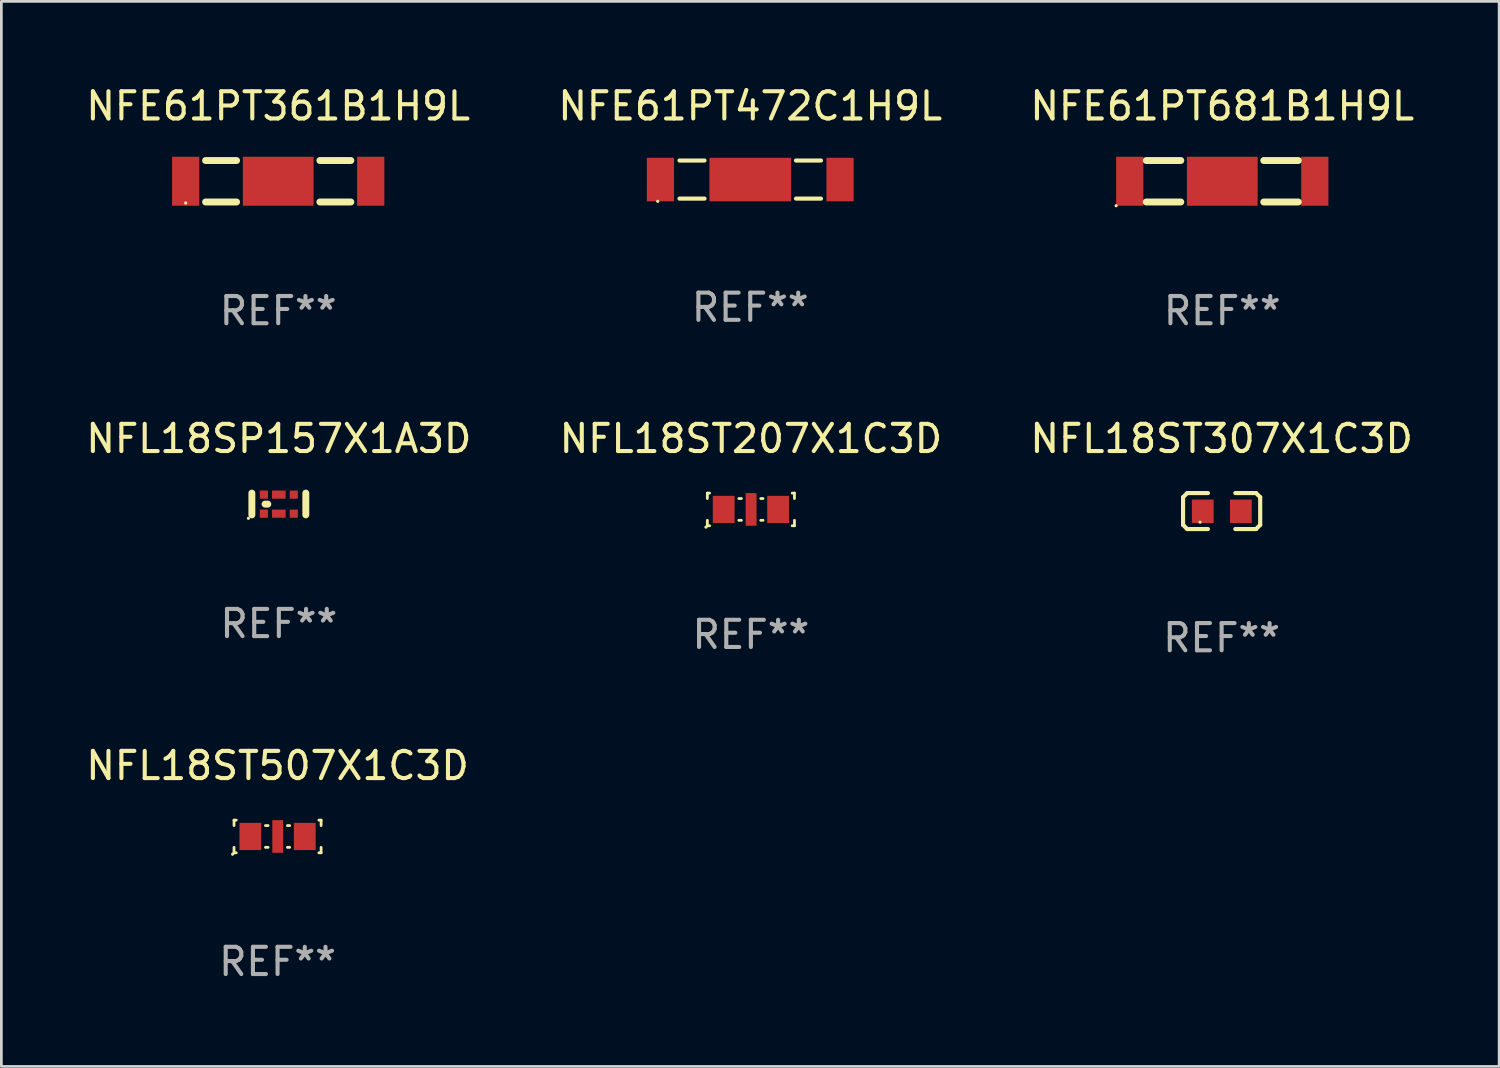
<source format=kicad_pcb>
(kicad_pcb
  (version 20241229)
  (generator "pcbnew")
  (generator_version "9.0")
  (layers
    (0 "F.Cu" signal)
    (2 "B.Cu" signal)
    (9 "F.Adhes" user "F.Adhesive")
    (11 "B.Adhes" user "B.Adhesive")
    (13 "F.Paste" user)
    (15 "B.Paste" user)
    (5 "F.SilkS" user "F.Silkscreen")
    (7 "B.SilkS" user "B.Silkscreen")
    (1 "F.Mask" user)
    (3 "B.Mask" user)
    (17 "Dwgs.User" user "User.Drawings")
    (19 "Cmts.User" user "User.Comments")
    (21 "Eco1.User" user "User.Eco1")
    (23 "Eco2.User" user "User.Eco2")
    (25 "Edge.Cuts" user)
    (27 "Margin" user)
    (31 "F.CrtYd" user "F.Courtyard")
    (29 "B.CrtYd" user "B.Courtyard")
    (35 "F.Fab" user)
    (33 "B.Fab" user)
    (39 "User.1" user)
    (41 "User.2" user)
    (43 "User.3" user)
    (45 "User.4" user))
  (footprint "NFL18SP157X1A3D"
    (layer "F.Cu")
    (at 7.196 15.469)
    (property "Reference" "NFL18SP157X1A3D" (at 0 -2.4 0) (layer "F.SilkS") (effects (font (size 1 1) (thickness 0.15))))
    (attr through_hole)
    (fp_line (start -0.991 -0.4) (end -0.991 0.4) (stroke (width 0.254) (type solid)) (layer "F.SilkS"))
    (fp_line (start -0.507 0.005) (end -0.405 0.005) (stroke (width 0.254) (type solid)) (layer "F.SilkS"))
    (fp_line (start 0.991 -0.4) (end 0.991 0.4) (stroke (width 0.254) (type solid)) (layer "F.SilkS"))
    (fp_circle (center -1.118 0.527) (end -1.088 0.527) (stroke (width 0.06) (type solid)) (fill no) (layer "F.SilkS"))
    (fp_text user "REF**" (at 0 4.4 0) (layer "F.Fab") (effects (font (size 1 1) (thickness 0.15))))
    (pad "1" smd rect (at -0.55 -0.344) (size 0.3 0.3) (layers "F.Cu" "F.Mask" "F.Paste"))
    (pad "1" smd rect (at -0.55 0.356) (size 0.3 0.3) (layers "F.Cu" "F.Mask" "F.Paste"))
    (pad "2" smd rect (at 0.000127 -0.344) (size 0.5 0.3) (layers "F.Cu" "F.Mask" "F.Paste"))
    (pad "2" smd rect (at 0.000127 0.356) (size 0.5 0.3) (layers "F.Cu" "F.Mask" "F.Paste"))
    (pad "3" smd rect (at 0.55 -0.344) (size 0.3 0.3) (layers "F.Cu" "F.Mask" "F.Paste"))
    (pad "3" smd rect (at 0.55 0.356) (size 0.3 0.3) (layers "F.Cu" "F.Mask" "F.Paste")))
  (footprint "NFL18ST507X1C3D"
    (layer "F.Cu")
    (at 7.149 27.686)
    (property "Reference" "NFL18ST507X1C3D" (at 0 -2.6 0) (layer "F.SilkS") (effects (font (size 1 1) (thickness 0.15))))
    (attr through_hole)
    (fp_line (start -1.6 -0.6) (end -1.518 -0.6) (stroke (width 0.102) (type solid)) (layer "F.SilkS"))
    (fp_line (start -1.6 -0.4) (end -1.6 -0.6) (stroke (width 0.102) (type solid)) (layer "F.SilkS"))
    (fp_line (start -1.6 0.4) (end -1.6 0.6) (stroke (width 0.102) (type solid)) (layer "F.SilkS"))
    (fp_line (start -1.6 0.6) (end -1.518 0.6) (stroke (width 0.102) (type solid)) (layer "F.SilkS"))
    (fp_line (start -0.445 -0.4) (end -0.348 -0.4) (stroke (width 0.102) (type solid)) (layer "F.SilkS"))
    (fp_line (start -0.445 0.4) (end -0.348 0.4) (stroke (width 0.102) (type solid)) (layer "F.SilkS"))
    (fp_line (start 0.362 -0.4) (end 0.445 -0.4) (stroke (width 0.102) (type solid)) (layer "F.SilkS"))
    (fp_line (start 0.362 0.4) (end 0.445 0.4) (stroke (width 0.102) (type solid)) (layer "F.SilkS"))
    (fp_line (start 1.518 -0.6) (end 1.6 -0.6) (stroke (width 0.102) (type solid)) (layer "F.SilkS"))
    (fp_line (start 1.6 -0.6) (end 1.6 -0.4) (stroke (width 0.102) (type solid)) (layer "F.SilkS"))
    (fp_line (start 1.6 0.4) (end 1.6 0.6) (stroke (width 0.102) (type solid)) (layer "F.SilkS"))
    (fp_line (start 1.6 0.6) (end 1.518 0.6) (stroke (width 0.102) (type solid)) (layer "F.SilkS"))
    (fp_circle (center -1.651 0.651) (end -1.621 0.651) (stroke (width 0.06) (type solid)) (fill no) (layer "F.SilkS"))
    (fp_text user "REF**" (at 0 4.6 0) (layer "F.Fab") (effects (font (size 1 1) (thickness 0.15))))
    (pad "1" smd rect (at -1 0.000127) (size 0.8 1) (layers "F.Cu" "F.Mask" "F.Paste"))
    (pad "2" smd rect (at 0.007 -0.000127) (size 0.4 1.2) (layers "F.Cu" "F.Mask" "F.Paste"))
    (pad "3" smd rect (at 1 0.000127) (size 0.8 1) (layers "F.Cu" "F.Mask" "F.Paste")))
  (footprint "NFE61PT361B1H9L"
    (layer "F.Cu")
    (at 7.173 3.61)
    (property "Reference" "NFE61PT361B1H9L" (at 0 -2.762 0) (layer "F.SilkS") (effects (font (size 1 1) (thickness 0.15))))
    (attr through_hole)
    (fp_line (start -2.669 -0.762) (end -1.531 -0.762) (stroke (width 0.254) (type solid)) (layer "F.SilkS"))
    (fp_line (start -1.531 0.762) (end -2.669 0.762) (stroke (width 0.254) (type solid)) (layer "F.SilkS"))
    (fp_line (start 1.531 -0.762) (end 2.669 -0.762) (stroke (width 0.254) (type solid)) (layer "F.SilkS"))
    (fp_line (start 1.531 0.762) (end 2.669 0.762) (stroke (width 0.254) (type solid)) (layer "F.SilkS"))
    (fp_circle (center -3.4 0.8) (end -3.37 0.8) (stroke (width 0.06) (type solid)) (fill no) (layer "F.SilkS"))
    (fp_text user "REF**" (at 0 4.762 0) (layer "F.Fab") (effects (font (size 1 1) (thickness 0.15))))
    (pad "1" smd rect (at -3.4 0) (size 1 1.8) (layers "F.Cu" "F.Mask" "F.Paste"))
    (pad "2" smd rect (at 0 0 90) (size 1.8 2.6) (layers "F.Cu" "F.Mask" "F.Paste"))
    (pad "3" smd rect (at 3.4 0) (size 1 1.8) (layers "F.Cu" "F.Mask" "F.Paste")))
  (footprint "NFL18ST307X1C3D"
    (layer "F.Cu")
    (at 41.839 15.729)
    (property "Reference" "NFL18ST307X1C3D" (at 0 -2.661 0) (layer "F.SilkS") (effects (font (size 1 1) (thickness 0.15))))
    (attr through_hole)
    (fp_line (start -1.417 -0.508) (end -1.265 -0.661) (stroke (width 0.152) (type solid)) (layer "F.SilkS"))
    (fp_line (start -1.417 0.508) (end -1.417 -0.508) (stroke (width 0.152) (type solid)) (layer "F.SilkS"))
    (fp_line (start -1.265 -0.661) (end -0.503 -0.661) (stroke (width 0.152) (type solid)) (layer "F.SilkS"))
    (fp_line (start -1.265 0.661) (end -1.417 0.508) (stroke (width 0.152) (type solid)) (layer "F.SilkS"))
    (fp_line (start -1.265 0.661) (end -0.503 0.661) (stroke (width 0.152) (type solid)) (layer "F.SilkS"))
    (fp_line (start 1.265 -0.661) (end 0.503 -0.661) (stroke (width 0.152) (type solid)) (layer "F.SilkS"))
    (fp_line (start 1.265 -0.661) (end 1.417 -0.508) (stroke (width 0.152) (type solid)) (layer "F.SilkS"))
    (fp_line (start 1.265 0.661) (end 0.503 0.661) (stroke (width 0.152) (type solid)) (layer "F.SilkS"))
    (fp_line (start 1.417 -0.508) (end 1.417 0.508) (stroke (width 0.152) (type solid)) (layer "F.SilkS"))
    (fp_line (start 1.417 0.508) (end 1.265 0.661) (stroke (width 0.152) (type solid)) (layer "F.SilkS"))
    (fp_circle (center -0.793 0.409) (end -0.763 0.409) (stroke (width 0.06) (type solid)) (fill no) (layer "F.SilkS"))
    (fp_text user "REF**" (at 0 4.661 0) (layer "F.Fab") (effects (font (size 1 1) (thickness 0.15))))
    (pad "1" smd rect (at -0.693 0.009 180) (size 0.8 0.864) (layers "F.Cu" "F.Mask" "F.Paste"))
    (pad "2" smd rect (at 0.707 0.009 180) (size 0.8 0.864) (layers "F.Cu" "F.Mask" "F.Paste")))
  (footprint "NFL18ST207X1C3D"
    (layer "F.Cu")
    (at 24.542 15.669)
    (property "Reference" "NFL18ST207X1C3D" (at 0 -2.6 0) (layer "F.SilkS") (effects (font (size 1 1) (thickness 0.15))))
    (attr through_hole)
    (fp_line (start -1.6 -0.6) (end -1.518 -0.6) (stroke (width 0.102) (type solid)) (layer "F.SilkS"))
    (fp_line (start -1.6 -0.4) (end -1.6 -0.6) (stroke (width 0.102) (type solid)) (layer "F.SilkS"))
    (fp_line (start -1.6 0.4) (end -1.6 0.6) (stroke (width 0.102) (type solid)) (layer "F.SilkS"))
    (fp_line (start -1.6 0.6) (end -1.518 0.6) (stroke (width 0.102) (type solid)) (layer "F.SilkS"))
    (fp_line (start -0.445 -0.4) (end -0.348 -0.4) (stroke (width 0.102) (type solid)) (layer "F.SilkS"))
    (fp_line (start -0.445 0.4) (end -0.348 0.4) (stroke (width 0.102) (type solid)) (layer "F.SilkS"))
    (fp_line (start 0.362 -0.4) (end 0.445 -0.4) (stroke (width 0.102) (type solid)) (layer "F.SilkS"))
    (fp_line (start 0.362 0.4) (end 0.445 0.4) (stroke (width 0.102) (type solid)) (layer "F.SilkS"))
    (fp_line (start 1.518 -0.6) (end 1.6 -0.6) (stroke (width 0.102) (type solid)) (layer "F.SilkS"))
    (fp_line (start 1.6 -0.6) (end 1.6 -0.4) (stroke (width 0.102) (type solid)) (layer "F.SilkS"))
    (fp_line (start 1.6 0.4) (end 1.6 0.6) (stroke (width 0.102) (type solid)) (layer "F.SilkS"))
    (fp_line (start 1.6 0.6) (end 1.518 0.6) (stroke (width 0.102) (type solid)) (layer "F.SilkS"))
    (fp_circle (center -1.651 0.651) (end -1.621 0.651) (stroke (width 0.06) (type solid)) (fill no) (layer "F.SilkS"))
    (fp_text user "REF**" (at 0 4.6 0) (layer "F.Fab") (effects (font (size 1 1) (thickness 0.15))))
    (pad "1" smd rect (at -1 0.000127) (size 0.8 1) (layers "F.Cu" "F.Mask" "F.Paste"))
    (pad "2" smd rect (at 0.007 -0.000127) (size 0.4 1.2) (layers "F.Cu" "F.Mask" "F.Paste"))
    (pad "3" smd rect (at 1 0.000127) (size 0.8 1) (layers "F.Cu" "F.Mask" "F.Paste")))
  (footprint "NFE61PT681B1H9L"
    (layer "F.Cu")
    (at 41.863 3.61)
    (property "Reference" "NFE61PT681B1H9L" (at 0 -2.762 0) (layer "F.SilkS") (effects (font (size 1 1) (thickness 0.15))))
    (attr through_hole)
    (fp_line (start -2.794 -0.762) (end -1.524 -0.762) (stroke (width 0.254) (type solid)) (layer "F.SilkS"))
    (fp_line (start -2.794 0.762) (end -1.524 0.762) (stroke (width 0.254) (type solid)) (layer "F.SilkS"))
    (fp_line (start 1.524 -0.762) (end 2.794 -0.762) (stroke (width 0.254) (type solid)) (layer "F.SilkS"))
    (fp_line (start 1.524 0.762) (end 2.794 0.762) (stroke (width 0.254) (type solid)) (layer "F.SilkS"))
    (fp_circle (center -3.9 0.9) (end -3.87 0.9) (stroke (width 0.06) (type solid)) (fill no) (layer "F.SilkS"))
    (fp_text user "REF**" (at 0 4.762 0) (layer "F.Fab") (effects (font (size 1 1) (thickness 0.15))))
    (pad "1" smd rect (at -3.4 0) (size 1 1.8) (layers "F.Cu" "F.Mask" "F.Paste"))
    (pad "2" smd rect (at 0 0 90) (size 1.8 2.6) (layers "F.Cu" "F.Mask" "F.Paste"))
    (pad "3" smd rect (at 3.4 0) (size 1 1.8) (layers "F.Cu" "F.Mask" "F.Paste")))
  (footprint "NFE61PT472C1H9L"
    (layer "F.Cu")
    (at 24.518 3.548)
    (property "Reference" "NFE61PT472C1H9L" (at 0 -2.7 0) (layer "F.SilkS") (effects (font (size 1 1) (thickness 0.15))))
    (attr through_hole)
    (fp_line (start -2.6 -0.7) (end -1.68 -0.7) (stroke (width 0.152) (type solid)) (layer "F.SilkS"))
    (fp_line (start -1.68 0.7) (end -2.6 0.7) (stroke (width 0.152) (type solid)) (layer "F.SilkS"))
    (fp_line (start 1.68 -0.7) (end 2.6 -0.7) (stroke (width 0.152) (type solid)) (layer "F.SilkS"))
    (fp_line (start 2.6 0.7) (end 1.681 0.7) (stroke (width 0.152) (type solid)) (layer "F.SilkS"))
    (fp_circle (center -3.4 0.8) (end -3.37 0.8) (stroke (width 0.06) (type solid)) (fill no) (layer "F.SilkS"))
    (fp_text user "REF**" (at 0 4.7 0) (layer "F.Fab") (effects (font (size 1 1) (thickness 0.15))))
    (pad "1" smd rect (at -3.3 0) (size 1 1.6) (layers "F.Cu" "F.Mask" "F.Paste"))
    (pad "2" smd rect (at 0.000254 0) (size 3 1.6) (layers "F.Cu" "F.Mask" "F.Paste"))
    (pad "3" smd rect (at 3.3 0) (size 1 1.6) (layers "F.Cu" "F.Mask" "F.Paste")))
  (gr_rect
    (start -3 -3)
    (end 52.036 36.135)
    (stroke (width 0.1) (type default))
    (fill no)
    (layer "Edge.Cuts")))
</source>
